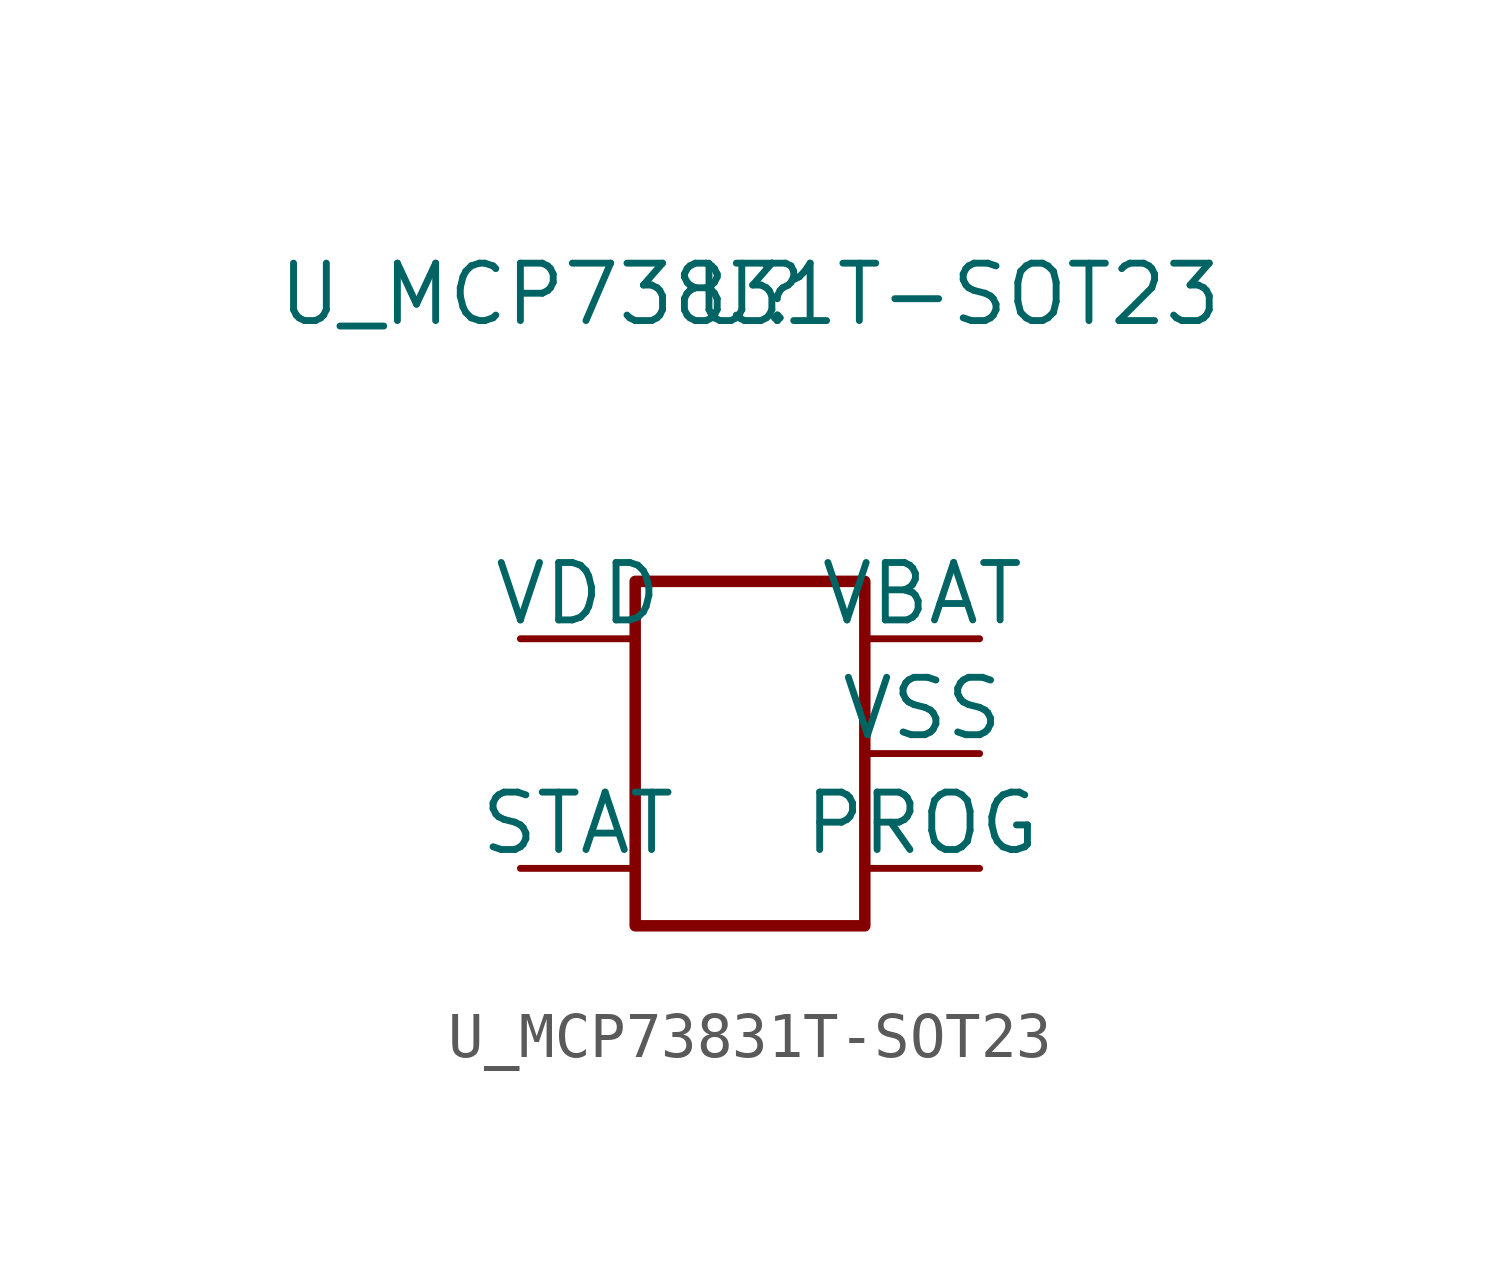
<source format=kicad_sym>
(kicad_symbol_lib
  (version 20220914)
  (generator kicad_symbol_editor)
  (symbol "U_MCP73831T-SOT23"
    (pin_numbers hide)
    (pin_names
      (offset 0))
    (property "Reference" "U"
      (at 0 10.16 0)
      (effects (font (size 1.27 1.27))))
    (property "Value" "U_MCP73831T-SOT23"
      (at 0 10.16 0)
      (effects (font (size 1.27 1.27))))
    (symbol "U_MCP73831T-SOT23_0_1"
      (rectangle (start -2.54 3.81) (end 2.54 -3.81) (stroke (width 0.254) (type solid)) (fill (type none))))
    (symbol "U_MCP73831T-SOT23_1_1"
      (pin passive line (at -5.08 -2.54 0) (length 2.54) (name "STAT" (effects (font (size 1.27 1.27)))) (number "1" (effects (font (size 1.27 1.27)))))
      (pin power_in line (at 5.08 0 180) (length 2.54) (name "VSS" (effects (font (size 1.27 1.27)))) (number "2" (effects (font (size 1.27 1.27)))))
      (pin passive line (at 5.08 2.54 180) (length 2.54) (name "VBAT" (effects (font (size 1.27 1.27)))) (number "3" (effects (font (size 1.27 1.27)))))
      (pin power_in line (at -5.08 2.54 0) (length 2.54) (name "VDD" (effects (font (size 1.27 1.27)))) (number "4" (effects (font (size 1.27 1.27)))))
      (pin passive line (at 5.08 -2.54 180) (length 2.54) (name "PROG" (effects (font (size 1.27 1.27)))) (number "5" (effects (font (size 1.27 1.27))))))))
</source>
